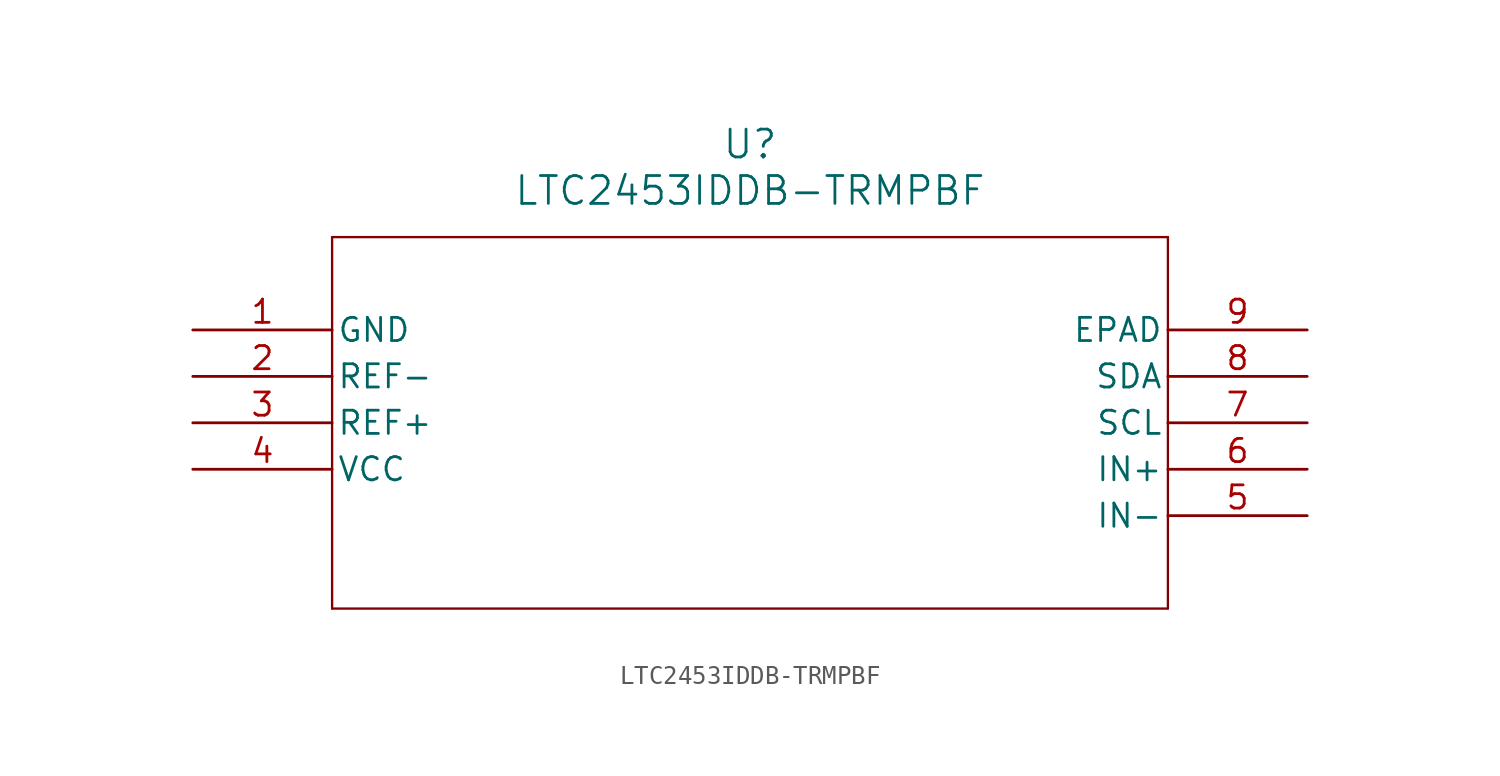
<source format=kicad_sym>
(kicad_symbol_lib
  (version 20211014)
  (generator kicad_symbol_editor)
  (symbol "LTC2453IDDB-TRMPBF"
    (pin_names
      (offset 0.254))
    (property "Reference" "U"
      (at 30.48 10.16 0)
      (effects (font (size 1.524 1.524))))
    (property "Value" "LTC2453IDDB-TRMPBF"
      (at 30.48 7.62 0)
      (effects (font (size 1.524 1.524))))
    (symbol "LTC2453IDDB-TRMPBF_0_1"
      (polyline (pts (xy 7.62 5.08) (xy 7.62 -15.24)) (stroke (width 0.127) (type default) (color 0 0 0 0)) (fill (type none)))
      (polyline (pts (xy 7.62 -15.24) (xy 53.34 -15.24)) (stroke (width 0.127) (type default) (color 0 0 0 0)) (fill (type none)))
      (polyline (pts (xy 53.34 -15.24) (xy 53.34 5.08)) (stroke (width 0.127) (type default) (color 0 0 0 0)) (fill (type none)))
      (polyline (pts (xy 53.34 5.08) (xy 7.62 5.08)) (stroke (width 0.127) (type default) (color 0 0 0 0)) (fill (type none)))
      (pin power_in line (at 0 0 0) (length 7.62) (name "GND" (effects (font (size 1.27 1.27)))) (number "1" (effects (font (size 1.27 1.27)))))
      (pin input line (at 0 -2.54 0) (length 7.62) (name "REF-" (effects (font (size 1.27 1.27)))) (number "2" (effects (font (size 1.27 1.27)))))
      (pin input line (at 0 -5.08 0) (length 7.62) (name "REF+" (effects (font (size 1.27 1.27)))) (number "3" (effects (font (size 1.27 1.27)))))
      (pin power_in line (at 0 -7.62 0) (length 7.62) (name "VCC" (effects (font (size 1.27 1.27)))) (number "4" (effects (font (size 1.27 1.27)))))
      (pin input line (at 60.96 -10.16 180) (length 7.62) (name "IN-" (effects (font (size 1.27 1.27)))) (number "5" (effects (font (size 1.27 1.27)))))
      (pin input line (at 60.96 -7.62 180) (length 7.62) (name "IN+" (effects (font (size 1.27 1.27)))) (number "6" (effects (font (size 1.27 1.27)))))
      (pin input line (at 60.96 -5.08 180) (length 7.62) (name "SCL" (effects (font (size 1.27 1.27)))) (number "7" (effects (font (size 1.27 1.27)))))
      (pin bidirectional line (at 60.96 -2.54 180) (length 7.62) (name "SDA" (effects (font (size 1.27 1.27)))) (number "8" (effects (font (size 1.27 1.27)))))
      (pin unspecified line (at 60.96 0 180) (length 7.62) (name "EPAD" (effects (font (size 1.27 1.27)))) (number "9" (effects (font (size 1.27 1.27))))))))
</source>
